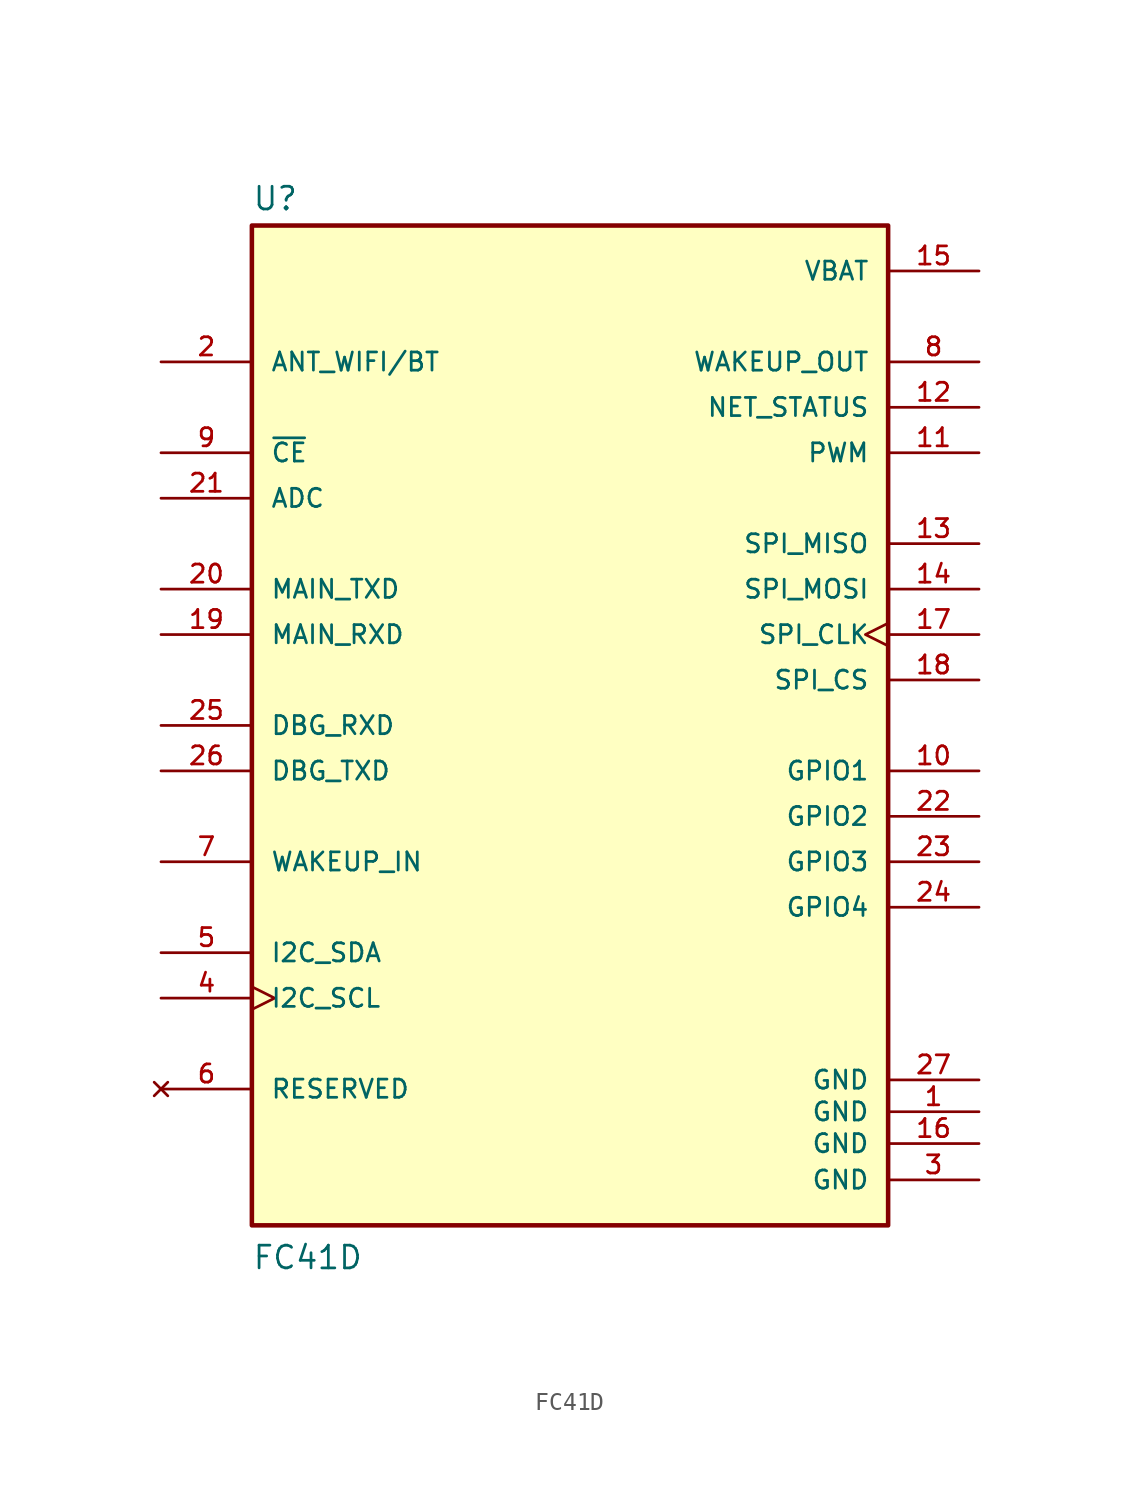
<source format=kicad_sym>
(kicad_symbol_lib
  (version 20241209)
  (generator "kicad_symbol_editor")
  (generator_version "9.0")
  (symbol "FC41D"
    (pin_names
      (offset 1.016))
    (property "Reference" "U"
      (at -17.78 28.702 0)
      (effects (font (size 1.27 1.27)) (justify left bottom)))
    (property "Value" "FC41D"
      (at -17.78 -30.48 0)
      (effects (font (size 1.27 1.27)) (justify left bottom)))
    (symbol "FC41D_0_0"
      (rectangle (start -17.78 -27.94) (end 17.78 27.94) (stroke (width 0.254) (type default)) (fill (type background)))
      (pin bidirectional line (at -22.86 20.32 0) (length 5.08) (name "ANT_WIFI/BT" (effects (font (size 1.016 1.016)))) (number "2" (effects (font (size 1.016 1.016)))))
      (pin input line (at -22.86 15.24 0) (length 5.08) (name "~{CE}" (effects (font (size 1.016 1.016)))) (number "9" (effects (font (size 1.016 1.016)))))
      (pin input line (at -22.86 12.7 0) (length 5.08) (name "ADC" (effects (font (size 1.016 1.016)))) (number "21" (effects (font (size 1.016 1.016)))))
      (pin output line (at -22.86 7.62 0) (length 5.08) (name "MAIN_TXD" (effects (font (size 1.016 1.016)))) (number "20" (effects (font (size 1.016 1.016)))))
      (pin input line (at -22.86 5.08 0) (length 5.08) (name "MAIN_RXD" (effects (font (size 1.016 1.016)))) (number "19" (effects (font (size 1.016 1.016)))))
      (pin input line (at -22.86 0 0) (length 5.08) (name "DBG_RXD" (effects (font (size 1.016 1.016)))) (number "25" (effects (font (size 1.016 1.016)))))
      (pin output line (at -22.86 -2.54 0) (length 5.08) (name "DBG_TXD" (effects (font (size 1.016 1.016)))) (number "26" (effects (font (size 1.016 1.016)))))
      (pin input line (at -22.86 -7.62 0) (length 5.08) (name "WAKEUP_IN" (effects (font (size 1.016 1.016)))) (number "7" (effects (font (size 1.016 1.016)))))
      (pin bidirectional line (at -22.86 -12.7 0) (length 5.08) (name "I2C_SDA" (effects (font (size 1.016 1.016)))) (number "5" (effects (font (size 1.016 1.016)))))
      (pin output clock (at -22.86 -15.24 0) (length 5.08) (name "I2C_SCL" (effects (font (size 1.016 1.016)))) (number "4" (effects (font (size 1.016 1.016)))))
      (pin no_connect line (at -22.86 -20.32 0) (length 5.08) (name "RESERVED" (effects (font (size 1.016 1.016)))) (number "6" (effects (font (size 1.016 1.016)))))
      (pin power_in line (at 22.86 25.4 180) (length 5.08) (name "VBAT" (effects (font (size 1.016 1.016)))) (number "15" (effects (font (size 1.016 1.016)))))
      (pin output line (at 22.86 20.32 180) (length 5.08) (name "WAKEUP_OUT" (effects (font (size 1.016 1.016)))) (number "8" (effects (font (size 1.016 1.016)))))
      (pin output line (at 22.86 17.78 180) (length 5.08) (name "NET_STATUS" (effects (font (size 1.016 1.016)))) (number "12" (effects (font (size 1.016 1.016)))))
      (pin output line (at 22.86 15.24 180) (length 5.08) (name "PWM" (effects (font (size 1.016 1.016)))) (number "11" (effects (font (size 1.016 1.016)))))
      (pin bidirectional line (at 22.86 10.16 180) (length 5.08) (name "SPI_MISO" (effects (font (size 1.016 1.016)))) (number "13" (effects (font (size 1.016 1.016)))))
      (pin bidirectional line (at 22.86 7.62 180) (length 5.08) (name "SPI_MOSI" (effects (font (size 1.016 1.016)))) (number "14" (effects (font (size 1.016 1.016)))))
      (pin bidirectional clock (at 22.86 5.08 180) (length 5.08) (name "SPI_CLK" (effects (font (size 1.016 1.016)))) (number "17" (effects (font (size 1.016 1.016)))))
      (pin bidirectional line (at 22.86 2.54 180) (length 5.08) (name "SPI_CS" (effects (font (size 1.016 1.016)))) (number "18" (effects (font (size 1.016 1.016)))))
      (pin bidirectional line (at 22.86 -2.54 180) (length 5.08) (name "GPIO1" (effects (font (size 1.016 1.016)))) (number "10" (effects (font (size 1.016 1.016)))))
      (pin bidirectional line (at 22.86 -5.08 180) (length 5.08) (name "GPIO2" (effects (font (size 1.016 1.016)))) (number "22" (effects (font (size 1.016 1.016)))))
      (pin bidirectional line (at 22.86 -7.62 180) (length 5.08) (name "GPIO3" (effects (font (size 1.016 1.016)))) (number "23" (effects (font (size 1.016 1.016)))))
      (pin bidirectional line (at 22.86 -10.16 180) (length 5.08) (name "GPIO4" (effects (font (size 1.016 1.016)))) (number "24" (effects (font (size 1.016 1.016)))))
      (pin power_in line (at 22.86 -19.812 180) (length 5.08) (name "GND" (effects (font (size 1.016 1.016)))) (number "27" (effects (font (size 1.016 1.016)))))
      (pin power_in line (at 22.86 -21.59 180) (length 5.08) (name "GND" (effects (font (size 1.016 1.016)))) (number "1" (effects (font (size 1.016 1.016)))))
      (pin power_in line (at 22.86 -23.368 180) (length 5.08) (name "GND" (effects (font (size 1.016 1.016)))) (number "16" (effects (font (size 1.016 1.016)))))
      (pin power_in line (at 22.86 -25.4 180) (length 5.08) (name "GND" (effects (font (size 1.016 1.016)))) (number "3" (effects (font (size 1.016 1.016))))))))
</source>
